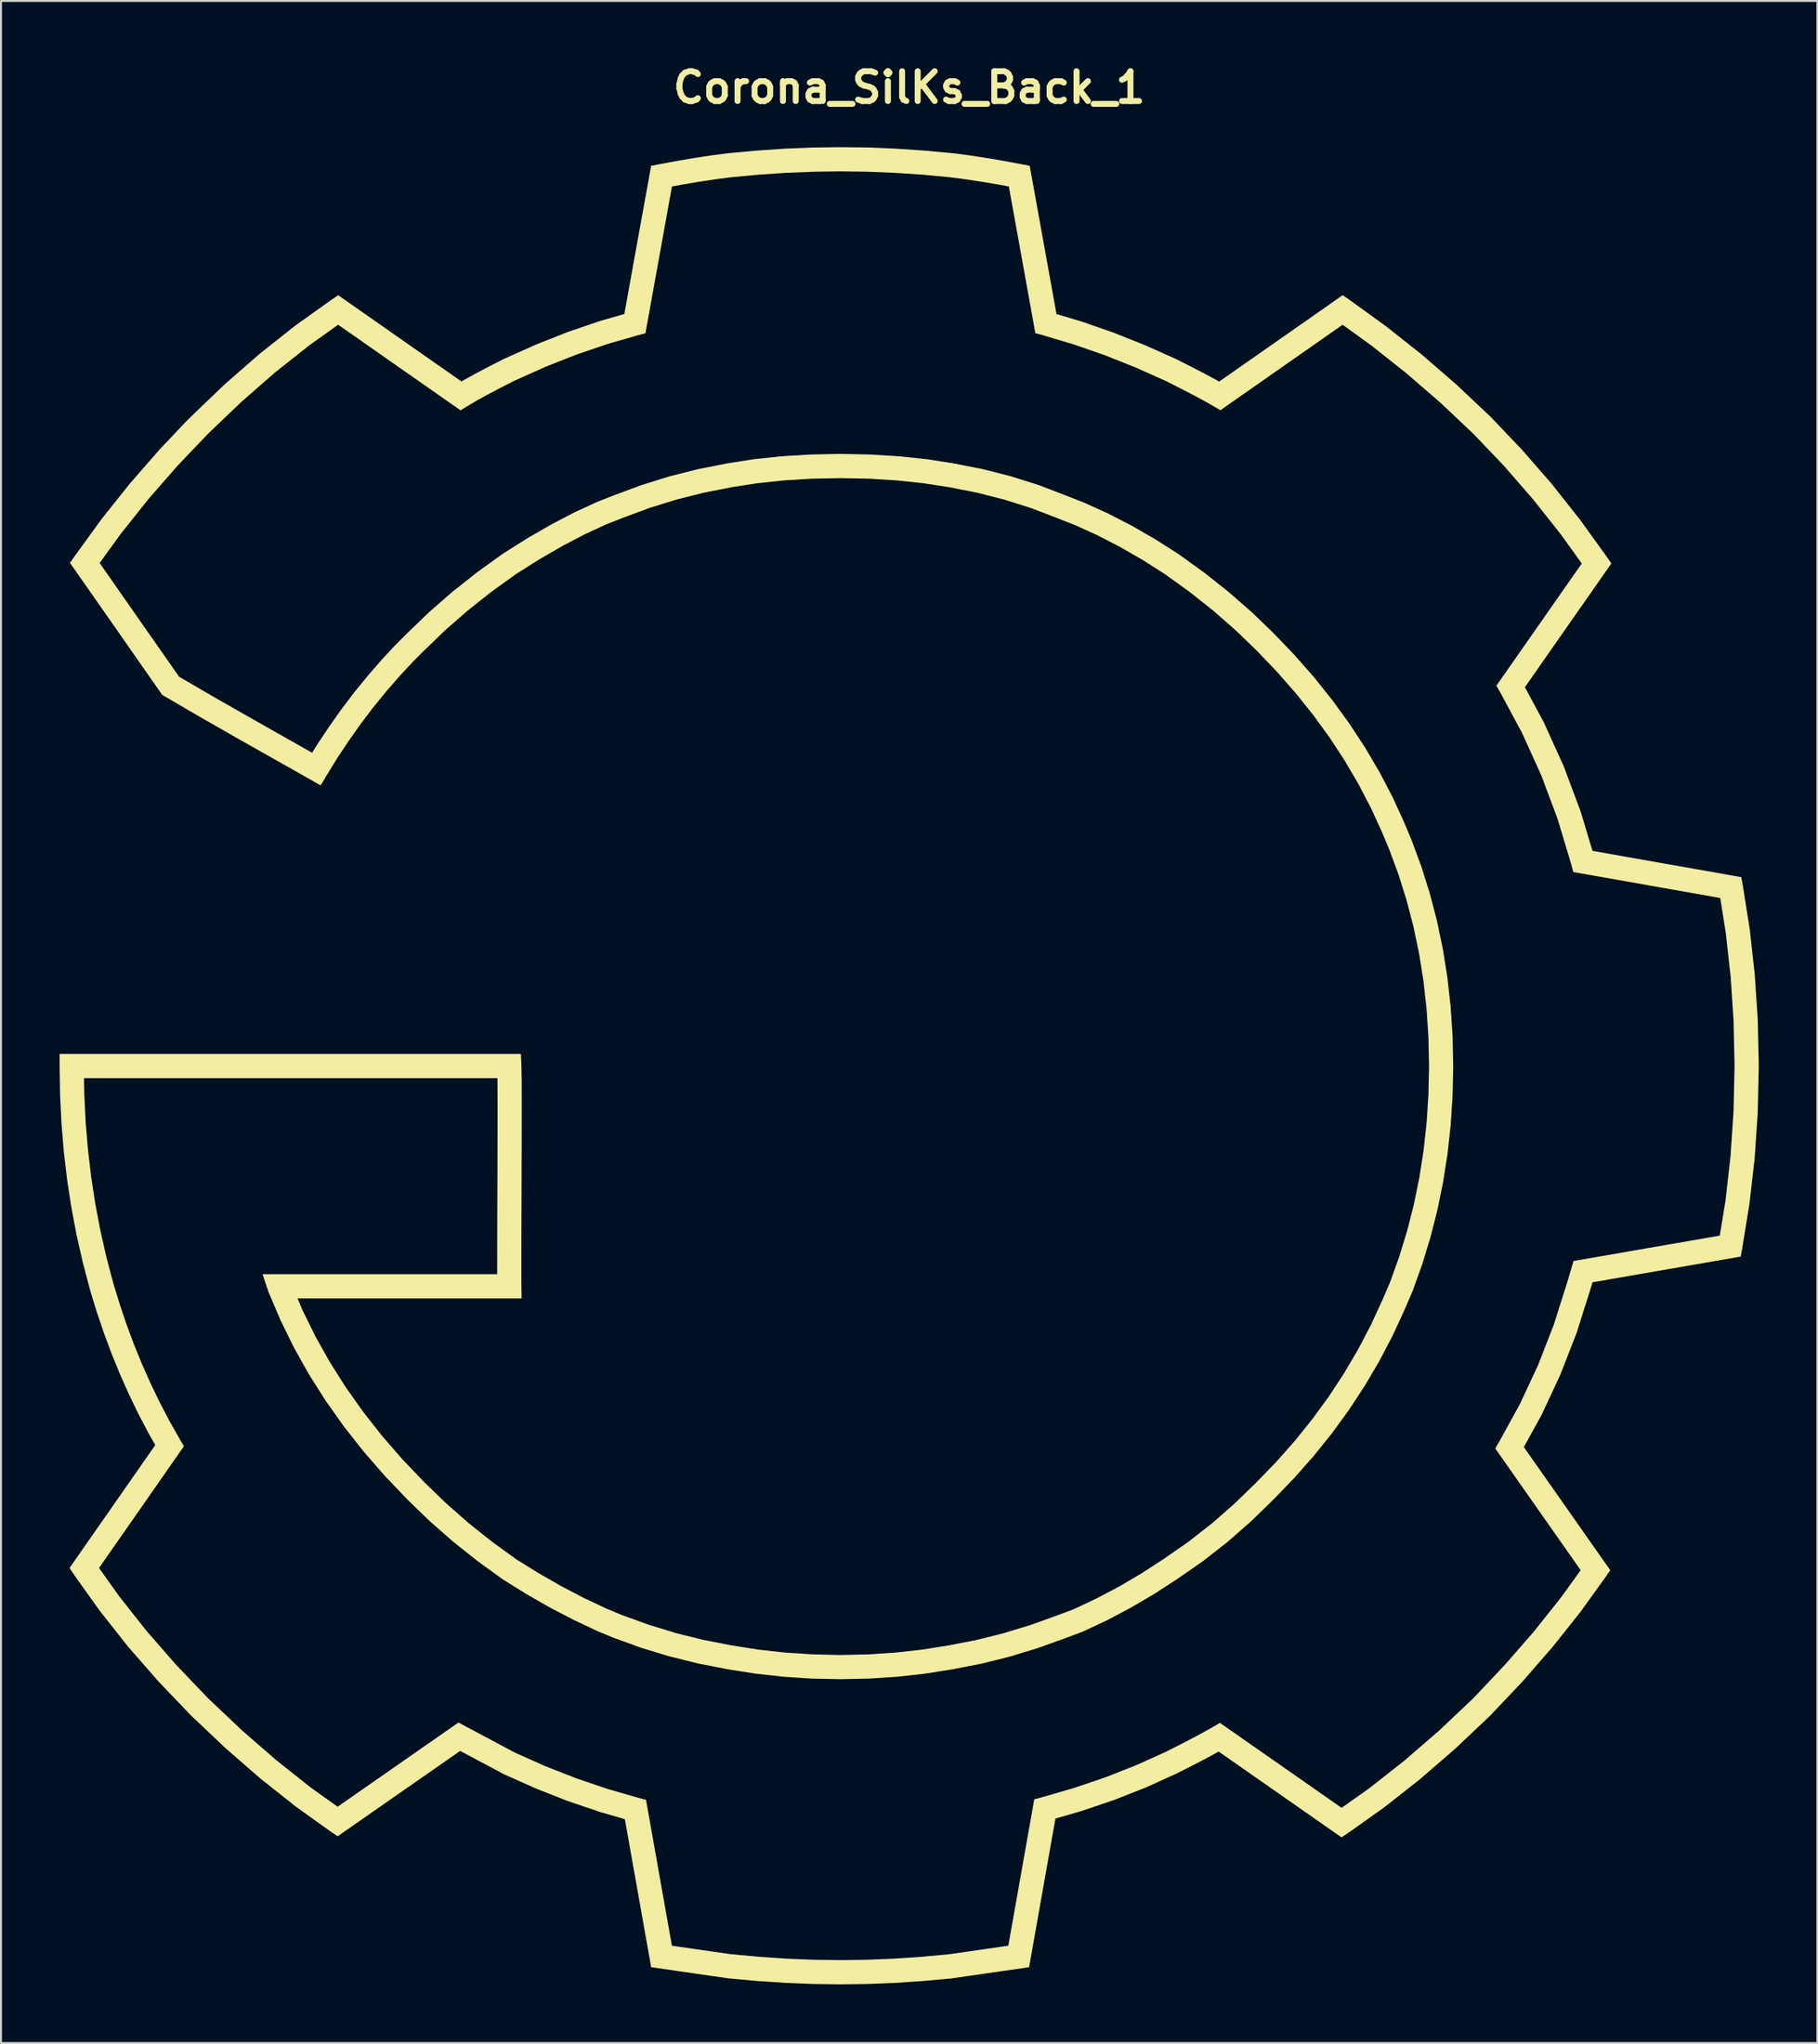
<source format=kicad_pcb>
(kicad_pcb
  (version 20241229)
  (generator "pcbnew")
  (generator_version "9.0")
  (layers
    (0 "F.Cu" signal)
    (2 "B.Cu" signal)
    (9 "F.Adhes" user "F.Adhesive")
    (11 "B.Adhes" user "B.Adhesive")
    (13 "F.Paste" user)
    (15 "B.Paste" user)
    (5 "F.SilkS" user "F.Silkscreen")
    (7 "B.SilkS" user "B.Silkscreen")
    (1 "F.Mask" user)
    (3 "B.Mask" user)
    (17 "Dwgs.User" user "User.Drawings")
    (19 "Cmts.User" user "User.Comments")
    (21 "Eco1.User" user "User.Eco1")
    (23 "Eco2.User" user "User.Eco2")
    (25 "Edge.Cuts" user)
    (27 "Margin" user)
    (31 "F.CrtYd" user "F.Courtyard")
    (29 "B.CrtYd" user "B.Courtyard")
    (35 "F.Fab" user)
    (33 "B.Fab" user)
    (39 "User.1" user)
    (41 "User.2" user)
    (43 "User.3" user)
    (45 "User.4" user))
  (footprint "Corona_SilKs_Back_1"
    (layer "F.Cu")
    (at 43.467 51.446)
    (property "Reference" "Corona_SilKs_Back_1" (at 0 -50.019 0) (layer "F.SilkS") (effects (font (size 1.524 1.524) (thickness 0.305))))
    (attr smd)
    (fp_poly (pts (xy -3.52 -46.971) (xy 5.099 -44.96) (xy 4.607 -45.052) (xy 3.732 -45.2) (xy 2.89 -45.327) (xy 2.08 -45.433) (xy 0.656 -45.566) (xy -0.758 -45.659) (xy -2.149 -45.716) (xy -3.52 -45.735) (xy -3.52 -45.735) (xy -4.889 -45.715) (xy -6.281 -45.659) (xy -7.693 -45.565) (xy -9.119 -45.432) (xy -9.93 -45.327) (xy -10.772 -45.2) (xy -11.647 -45.051) (xy -12.137 -44.959) (xy -12.402 -43.497) (xy -12.742 -41.612) (xy -13.084 -39.727) (xy -13.494 -37.454) (xy -13.877 -37.354) (xy -15.447 -36.903) (xy -17.025 -36.364) (xy -18.606 -35.741) (xy -20.193 -35.03) (xy -20.955 -34.643) (xy -21.617 -34.294) (xy -22.168 -33.987) (xy -22.607 -33.727) (xy -22.953 -33.512) (xy -24.859 -34.846) (xy -26.432 -35.944) (xy -28.002 -37.044) (xy -29.217 -37.891) (xy -30.668 -36.856) (xy -32.434 -35.461) (xy -34.168 -33.946) (xy -35.639 -32.542) (xy -35.844 -32.342) (xy -36.049 -32.133) (xy -37.432 -30.684) (xy -38.918 -28.983) (xy -40.33 -27.21) (xy -41.42 -25.708) (xy -40.574 -24.499) (xy -39.477 -22.926) (xy -38.377 -21.356) (xy -37.357 -19.895) (xy -35.635 -18.891) (xy -33.772 -17.829) (xy -31.897 -16.768) (xy -30.547 -16.004) (xy -30.307 -16.395) (xy -29.709 -17.295) (xy -29.074 -18.194) (xy -28.4 -19.086) (xy -28.398 -19.088) (xy -28.395 -19.092) (xy -27.676 -19.969) (xy -26.982 -20.768) (xy -26.314 -21.487) (xy -25.682 -22.118) (xy -25.67 -22.13) (xy -24.568 -23.19) (xy -23.385 -24.223) (xy -22.131 -25.215) (xy -20.809 -26.169) (xy -20.803 -26.173) (xy -20.797 -26.177) (xy -19.545 -26.966) (xy -18.33 -27.669) (xy -17.148 -28.286) (xy -16.002 -28.815) (xy -15.992 -28.819) (xy -15.754 -28.913) (xy -15.525 -29.003) (xy -15.295 -29.093) (xy -15.07 -29.182) (xy -15.066 -29.184) (xy -13.674 -29.7) (xy -12.246 -30.143) (xy -10.787 -30.511) (xy -9.305 -30.802) (xy -7.949 -31.015) (xy -6.533 -31.165) (xy -5.057 -31.255) (xy -3.519 -31.286) (xy -1.992 -31.255) (xy -0.519 -31.165) (xy 0.901 -31.015) (xy 2.266 -30.802) (xy 3.76 -30.509) (xy 5.225 -30.136) (xy 6.652 -29.683) (xy 8.039 -29.151) (xy 8.258 -29.065) (xy 8.486 -28.976) (xy 8.717 -28.886) (xy 8.953 -28.792) (xy 8.961 -28.788) (xy 10.17 -28.241) (xy 11.373 -27.622) (xy 12.57 -26.933) (xy 13.764 -26.175) (xy 13.768 -26.173) (xy 13.772 -26.169) (xy 15.094 -25.216) (xy 16.348 -24.224) (xy 17.531 -23.19) (xy 18.645 -22.116) (xy 19.72 -20.995) (xy 20.727 -19.849) (xy 21.666 -18.673) (xy 22.537 -17.472) (xy 23.341 -16.245) (xy 24.076 -14.993) (xy 24.742 -13.716) (xy 25.338 -12.413) (xy 25.338 -12.411) (xy 25.43 -12.194) (xy 25.52 -11.977) (xy 25.609 -11.763) (xy 25.703 -11.542) (xy 25.705 -11.536) (xy 26.204 -10.186) (xy 26.637 -8.809) (xy 27.003 -7.406) (xy 27.303 -5.975) (xy 27.535 -4.518) (xy 27.701 -3.034) (xy 27.801 -1.523) (xy 27.834 0.013) (xy 27.802 1.53) (xy 27.705 3.025) (xy 27.544 4.495) (xy 27.318 5.943) (xy 27.027 7.368) (xy 26.67 8.769) (xy 26.249 10.147) (xy 25.764 11.501) (xy 25.758 11.511) (xy 25.65 11.765) (xy 25.545 12.009) (xy 25.441 12.252) (xy 25.336 12.496) (xy 25.336 12.498) (xy 24.722 13.824) (xy 24.043 15.117) (xy 23.301 16.377) (xy 22.496 17.603) (xy 21.627 18.797) (xy 20.693 19.957) (xy 19.701 21.079) (xy 18.647 22.168) (xy 17.479 23.306) (xy 16.27 24.363) (xy 15.02 25.338) (xy 13.731 26.232) (xy 12.566 26.99) (xy 11.371 27.693) (xy 10.154 28.338) (xy 8.914 28.921) (xy 8.899 28.929) (xy 8.658 29.019) (xy 8.436 29.103) (xy 8.213 29.185) (xy 7.99 29.269) (xy 6.563 29.781) (xy 5.121 30.219) (xy 3.678 30.578) (xy 2.229 30.859) (xy 0.836 31.08) (xy -0.592 31.24) (xy -2.045 31.336) (xy -3.519 31.367) (xy -4.996 31.336) (xy -6.451 31.24) (xy -7.889 31.08) (xy -9.303 30.857) (xy -10.801 30.564) (xy -12.279 30.197) (xy -13.728 29.756) (xy -15.15 29.238) (xy -15.154 29.236) (xy -15.361 29.15) (xy -15.562 29.068) (xy -15.764 28.984) (xy -15.975 28.896) (xy -15.982 28.894) (xy -17.187 28.324) (xy -18.391 27.697) (xy -19.594 27.009) (xy -20.795 26.261) (xy -20.801 26.255) (xy -20.809 26.251) (xy -22.101 25.316) (xy -23.344 24.326) (xy -24.539 23.277) (xy -25.68 22.173) (xy -26.842 20.956) (xy -27.926 19.708) (xy -28.932 18.431) (xy -29.859 17.123) (xy -30.707 15.785) (xy -31.475 14.415) (xy -32.162 13.017) (xy -32.771 11.589) (xy -32.777 11.574) (xy -32.785 11.548) (xy -32.789 11.538) (xy -32.793 11.528) (xy -32.797 11.517) (xy -32.801 11.507) (xy -32.803 11.495) (xy -32.807 11.485) (xy -33.084 10.659) (xy -30.752 10.659) (xy -29.281 10.659) (xy -27.811 10.659) (xy -26.34 10.659) (xy -24.869 10.659) (xy -23.398 10.659) (xy -21.93 10.659) (xy -21.08 10.659) (xy -21.08 10.463) (xy -21.078 9.108) (xy -21.074 7.399) (xy -21.066 5.524) (xy -21.062 3.663) (xy -21.06 2.002) (xy -21.064 0.727) (xy -21.066 0.631) (xy -23.256 0.631) (xy -26.055 0.631) (xy -28.853 0.631) (xy -31.652 0.631) (xy -34.451 0.631) (xy -37.25 0.631) (xy -40.049 0.631) (xy -42.219 0.631) (xy -42.205 1.452) (xy -42.135 2.876) (xy -42.018 4.286) (xy -41.853 5.68) (xy -41.641 7.059) (xy -41.381 8.424) (xy -41.076 9.774) (xy -40.723 11.108) (xy -40.725 11.106) (xy -40.395 12.182) (xy -40.039 13.239) (xy -39.654 14.272) (xy -39.24 15.284) (xy -38.799 16.272) (xy -38.33 17.241) (xy -37.834 18.188) (xy -37.309 19.112) (xy -37.107 19.456) (xy -37.881 20.563) (xy -38.426 21.346) (xy -39.518 22.911) (xy -40.609 24.475) (xy -41.451 25.68) (xy -40.416 27.133) (xy -39.021 28.897) (xy -37.506 30.633) (xy -35.877 32.336) (xy -34.131 33.989) (xy -32.385 35.506) (xy -30.641 36.889) (xy -29.242 37.889) (xy -28.043 37.053) (xy -26.486 35.969) (xy -24.928 34.883) (xy -23.061 33.583) (xy -22.086 34.102) (xy -21.447 34.442) (xy -20.807 34.784) (xy -20.166 35.124) (xy -18.627 35.811) (xy -17.047 36.43) (xy -15.453 36.973) (xy -13.848 37.436) (xy -13.465 37.536) (xy -13.062 39.803) (xy -12.729 41.68) (xy -12.395 43.559) (xy -12.139 44.995) (xy -11.713 45.057) (xy -10.844 45.182) (xy -9.975 45.307) (xy -9.105 45.432) (xy -7.693 45.561) (xy -6.281 45.657) (xy -4.889 45.713) (xy -3.52 45.731) (xy -2.162 45.713) (xy -2.16 45.713) (xy -0.777 45.657) (xy 0.629 45.561) (xy 0.631 45.561) (xy 2.039 45.432) (xy 2.908 45.307) (xy 3.777 45.182) (xy 4.647 45.057) (xy 5.072 44.995) (xy 5.328 43.551) (xy 5.662 41.667) (xy 5.996 39.782) (xy 6.399 37.51) (xy 6.779 37.409) (xy 8.449 36.924) (xy 10.065 36.375) (xy 11.621 35.762) (xy 13.115 35.088) (xy 13.123 35.084) (xy 13.891 34.696) (xy 14.557 34.35) (xy 15.111 34.051) (xy 15.555 33.801) (xy 15.897 33.6) (xy 17.787 34.918) (xy 19.352 36.01) (xy 20.916 37.102) (xy 22.123 37.946) (xy 23.559 36.928) (xy 25.334 35.534) (xy 27.104 34.004) (xy 28.867 32.336) (xy 30.479 30.631) (xy 31.977 28.913) (xy 33.352 27.184) (xy 34.356 25.793) (xy 33.51 24.588) (xy 32.41 23.024) (xy 31.313 21.459) (xy 29.984 19.567) (xy 30.188 19.223) (xy 31.244 17.303) (xy 32.174 15.311) (xy 32.979 13.246) (xy 33.656 11.108) (xy 33.658 11.106) (xy 33.715 10.914) (xy 33.77 10.725) (xy 33.826 10.537) (xy 33.99 9.983) (xy 36.254 9.591) (xy 38.139 9.263) (xy 40.023 8.937) (xy 41.473 8.685) (xy 41.766 6.89) (xy 42.021 4.638) (xy 42.176 2.345) (xy 42.228 0.013) (xy 42.228 0.007) (xy 42.228 -0.001) (xy 42.228 -0.009) (xy 42.228 -0.015) (xy 42.178 -2.298) (xy 42.029 -4.558) (xy 41.779 -6.79) (xy 41.498 -8.577) (xy 40.041 -8.835) (xy 38.15 -9.169) (xy 36.26 -9.503) (xy 33.978 -9.905) (xy 33.877 -10.286) (xy 33.178 -12.612) (xy 32.338 -14.855) (xy 31.359 -17.013) (xy 30.242 -19.089) (xy 30.041 -19.431) (xy 31.367 -21.327) (xy 32.467 -22.899) (xy 33.564 -24.472) (xy 34.412 -25.683) (xy 33.33 -27.185) (xy 31.92 -28.964) (xy 30.432 -30.673) (xy 28.867 -32.312) (xy 28.865 -32.314) (xy 28.863 -32.316) (xy 27.18 -33.904) (xy 25.443 -35.405) (xy 23.66 -36.818) (xy 22.176 -37.89) (xy 20.965 -37.044) (xy 19.392 -35.945) (xy 17.822 -34.847) (xy 15.924 -33.521) (xy 15.582 -33.72) (xy 15.139 -33.972) (xy 14.584 -34.271) (xy 13.918 -34.616) (xy 13.142 -35.009) (xy 11.588 -35.704) (xy 10.012 -36.331) (xy 8.426 -36.882) (xy 6.832 -37.357) (xy 6.455 -37.46) (xy 6.045 -39.728) (xy 5.705 -41.612) (xy 5.363 -43.497) (xy 5.099 -44.96) (xy -3.52 -46.971) (xy -2.115 -46.954) (xy -0.69 -46.895) (xy 0.754 -46.797) (xy 2.219 -46.663) (xy 2.225 -46.663) (xy 2.228 -46.663) (xy 3.064 -46.553) (xy 3.928 -46.422) (xy 4.824 -46.27) (xy 5.75 -46.098) (xy 6.166 -46.018) (xy 6.582 -43.717) (xy 6.922 -41.833) (xy 7.264 -39.948) (xy 7.535 -38.438) (xy 8.807 -38.059) (xy 10.443 -37.491) (xy 12.07 -36.844) (xy 13.685 -36.122) (xy 13.691 -36.118) (xy 13.697 -36.116) (xy 14.482 -35.717) (xy 15.162 -35.364) (xy 15.736 -35.055) (xy 15.859 -34.985) (xy 17.111 -35.86) (xy 18.684 -36.959) (xy 20.256 -38.057) (xy 22.178 -39.403) (xy 22.533 -39.159) (xy 24.408 -37.803) (xy 26.234 -36.358) (xy 28.01 -34.821) (xy 29.736 -33.194) (xy 29.738 -33.192) (xy 29.74 -33.19) (xy 31.346 -31.506) (xy 32.873 -29.754) (xy 34.316 -27.93) (xy 35.682 -26.038) (xy 35.924 -25.684) (xy 34.58 -23.76) (xy 33.481 -22.19) (xy 32.383 -20.618) (xy 31.502 -19.358) (xy 32.469 -17.561) (xy 33.483 -15.327) (xy 34.352 -13.006) (xy 34.959 -10.989) (xy 36.475 -10.721) (xy 38.365 -10.387) (xy 40.258 -10.053) (xy 42.572 -9.645) (xy 42.65 -9.221) (xy 43.008 -6.955) (xy 43.262 -4.666) (xy 43.416 -2.352) (xy 43.467 -0.014) (xy 43.467 -0.008) (xy 43.467 -0.00007) (xy 43.467 0.008) (xy 43.467 0.014) (xy 43.414 2.401) (xy 43.256 4.75) (xy 42.99 7.061) (xy 42.621 9.334) (xy 42.543 9.758) (xy 40.234 10.157) (xy 38.35 10.485) (xy 36.465 10.811) (xy 34.959 11.073) (xy 34.957 11.079) (xy 34.902 11.268) (xy 34.846 11.455) (xy 34.147 13.661) (xy 33.313 15.799) (xy 32.348 17.866) (xy 31.447 19.498) (xy 32.326 20.748) (xy 33.424 22.313) (xy 34.523 23.879) (xy 35.869 25.793) (xy 35.625 26.149) (xy 34.338 27.934) (xy 32.928 29.705) (xy 31.397 31.467) (xy 29.742 33.213) (xy 29.74 33.217) (xy 29.736 33.221) (xy 27.934 34.924) (xy 26.121 36.491) (xy 24.301 37.922) (xy 22.471 39.219) (xy 22.119 39.454) (xy 20.207 38.12) (xy 18.643 37.028) (xy 17.078 35.936) (xy 15.832 35.067) (xy 15.709 35.137) (xy 15.135 35.448) (xy 14.455 35.799) (xy 13.668 36.198) (xy 13.664 36.2) (xy 13.66 36.202) (xy 12.104 36.905) (xy 10.49 37.54) (xy 8.822 38.106) (xy 7.482 38.495) (xy 7.215 40.001) (xy 6.881 41.885) (xy 6.547 43.77) (xy 6.135 46.094) (xy 4.822 46.284) (xy 3.953 46.409) (xy 3.084 46.534) (xy 2.203 46.661) (xy 2.191 46.663) (xy 0.729 46.798) (xy -0.711 46.895) (xy -2.127 46.952) (xy -3.52 46.971) (xy -4.924 46.952) (xy -6.348 46.895) (xy -7.793 46.798) (xy -9.258 46.663) (xy -9.27 46.661) (xy -10.15 46.534) (xy -11.02 46.409) (xy -11.889 46.284) (xy -13.201 46.094) (xy -13.613 43.778) (xy -13.947 41.899) (xy -14.281 40.022) (xy -14.547 38.524) (xy -15.824 38.155) (xy -17.473 37.596) (xy -19.105 36.954) (xy -20.723 36.231) (xy -20.736 36.225) (xy -21.389 35.877) (xy -22.029 35.538) (xy -22.668 35.196) (xy -22.975 35.034) (xy -24.221 35.903) (xy -25.779 36.987) (xy -27.336 38.071) (xy -29.242 39.399) (xy -29.594 39.161) (xy -31.387 37.879) (xy -33.176 36.461) (xy -34.963 34.909) (xy -36.746 33.221) (xy -36.748 33.219) (xy -36.75 33.217) (xy -38.42 31.471) (xy -39.973 29.692) (xy -41.406 27.879) (xy -42.723 26.034) (xy -42.959 25.68) (xy -41.625 23.768) (xy -40.533 22.204) (xy -39.441 20.639) (xy -38.895 19.856) (xy -38.572 19.395) (xy -38.92 18.784) (xy -39.436 17.801) (xy -39.922 16.797) (xy -40.379 15.77) (xy -40.807 14.723) (xy -41.205 13.655) (xy -41.574 12.563) (xy -41.914 11.452) (xy -41.914 11.45) (xy -41.914 11.448) (xy -42.277 10.071) (xy -42.594 8.678) (xy -42.861 7.27) (xy -43.08 5.848) (xy -43.25 4.41) (xy -43.371 2.959) (xy -43.443 1.494) (xy -43.467 0.014) (xy -43.467 -0.605) (xy -40.049 -0.605) (xy -37.25 -0.605) (xy -34.451 -0.605) (xy -31.652 -0.605) (xy -28.854 -0.605) (xy -26.055 -0.605) (xy -23.256 -0.605) (xy -19.867 -0.605) (xy -19.84 -0.015) (xy -19.826 0.721) (xy -19.822 2.002) (xy -19.824 3.666) (xy -19.83 5.53) (xy -19.836 7.407) (xy -19.842 9.112) (xy -19.844 10.463) (xy -19.84 11.27) (xy -19.83 11.899) (xy -21.93 11.899) (xy -23.399 11.899) (xy -24.869 11.899) (xy -26.34 11.899) (xy -27.811 11.899) (xy -29.282 11.899) (xy -30.752 11.899) (xy -31.295 11.899) (xy -31.037 12.502) (xy -30.379 13.84) (xy -29.643 15.151) (xy -28.83 16.434) (xy -27.94 17.692) (xy -26.973 18.92) (xy -25.928 20.123) (xy -24.805 21.299) (xy -24.803 21.301) (xy -24.801 21.301) (xy -23.699 22.368) (xy -22.551 23.377) (xy -21.352 24.332) (xy -20.121 25.223) (xy -20.119 25.223) (xy -20.108 25.233) (xy -18.959 25.946) (xy -17.797 26.612) (xy -16.637 27.217) (xy -15.477 27.764) (xy -15.291 27.84) (xy -15.09 27.924) (xy -14.889 28.006) (xy -14.695 28.087) (xy -14.693 28.087) (xy -14.686 28.091) (xy -13.336 28.581) (xy -11.949 29.005) (xy -10.533 29.358) (xy -9.09 29.639) (xy -9.086 29.639) (xy -9.082 29.639) (xy -7.723 29.854) (xy -6.344 30.007) (xy -4.942 30.098) (xy -3.52 30.13) (xy -2.098 30.1) (xy -0.701 30.007) (xy 0.67 29.854) (xy 2.015 29.639) (xy 2.019 29.639) (xy 2.025 29.637) (xy 3.41 29.37) (xy 4.793 29.026) (xy 6.172 28.608) (xy 7.551 28.114) (xy 7.553 28.112) (xy 7.779 28.028) (xy 8.002 27.944) (xy 8.225 27.86) (xy 8.412 27.792) (xy 8.42 27.788) (xy 9.6 27.231) (xy 10.768 26.614) (xy 11.916 25.938) (xy 13.043 25.204) (xy 13.049 25.2) (xy 13.055 25.196) (xy 14.285 24.342) (xy 15.48 23.409) (xy 16.639 22.397) (xy 17.762 21.305) (xy 17.766 21.301) (xy 17.77 21.297) (xy 18.79 20.244) (xy 19.748 19.16) (xy 20.644 18.045) (xy 21.479 16.899) (xy 22.25 15.723) (xy 22.961 14.516) (xy 23.611 13.278) (xy 24.199 12.008) (xy 24.201 12.006) (xy 24.303 11.766) (xy 24.408 11.522) (xy 24.512 11.277) (xy 24.607 11.055) (xy 25.074 9.757) (xy 25.479 8.436) (xy 25.82 7.092) (xy 26.1 5.725) (xy 26.317 4.332) (xy 26.473 2.916) (xy 26.566 1.477) (xy 26.598 0.014) (xy 26.565 -1.469) (xy 26.469 -2.924) (xy 26.309 -4.351) (xy 26.086 -5.75) (xy 25.798 -7.122) (xy 25.447 -8.467) (xy 25.035 -9.78) (xy 24.559 -11.066) (xy 24.555 -11.078) (xy 24.469 -11.283) (xy 24.379 -11.498) (xy 24.287 -11.715) (xy 24.199 -11.926) (xy 24.197 -11.93) (xy 23.628 -13.173) (xy 22.992 -14.393) (xy 22.289 -15.592) (xy 21.52 -16.768) (xy 20.682 -17.921) (xy 19.777 -19.051) (xy 18.805 -20.159) (xy 17.766 -21.244) (xy 17.766 -21.246) (xy 17.764 -21.246) (xy 16.693 -22.277) (xy 15.555 -23.272) (xy 14.348 -24.229) (xy 13.068 -25.148) (xy 11.93 -25.873) (xy 10.781 -26.533) (xy 9.631 -27.125) (xy 8.492 -27.643) (xy 8.486 -27.645) (xy 8.478 -27.649) (xy 8.264 -27.733) (xy 8.033 -27.823) (xy 7.805 -27.912) (xy 7.568 -28.006) (xy 7.562 -28.008) (xy 6.242 -28.514) (xy 4.885 -28.944) (xy 3.488 -29.301) (xy 2.053 -29.582) (xy 2.049 -29.582) (xy 2.045 -29.584) (xy 0.74 -29.785) (xy -0.621 -29.93) (xy -2.041 -30.018) (xy -3.52 -30.047) (xy -5.006 -30.018) (xy -6.43 -29.93) (xy -7.789 -29.785) (xy -9.082 -29.584) (xy -9.086 -29.582) (xy -9.09 -29.582) (xy -10.516 -29.301) (xy -11.912 -28.949) (xy -13.275 -28.528) (xy -14.609 -28.033) (xy -14.611 -28.031) (xy -14.842 -27.942) (xy -15.072 -27.85) (xy -15.301 -27.76) (xy -15.531 -27.67) (xy -16.602 -27.174) (xy -17.733 -26.584) (xy -18.904 -25.906) (xy -20.119 -25.141) (xy -21.385 -24.229) (xy -22.594 -23.27) (xy -23.733 -22.278) (xy -24.801 -21.246) (xy -24.809 -21.24) (xy -24.815 -21.234) (xy -25.422 -20.627) (xy -26.061 -19.939) (xy -26.731 -19.17) (xy -27.428 -18.318) (xy -27.424 -18.326) (xy -28.074 -17.463) (xy -28.688 -16.596) (xy -29.264 -15.729) (xy -29.799 -14.858) (xy -30.11 -14.336) (xy -30.637 -14.635) (xy -32.506 -15.69) (xy -34.383 -16.75) (xy -36.252 -17.818) (xy -38.102 -18.897) (xy -38.217 -18.963) (xy -39.393 -20.645) (xy -40.49 -22.217) (xy -41.59 -23.789) (xy -42.936 -25.713) (xy -42.69 -26.067) (xy -41.317 -27.959) (xy -39.867 -29.775) (xy -38.346 -31.52) (xy -37.76 -32.133) (xy -37.737 -32.161) (xy -36.985 -32.955) (xy -36.332 -33.59) (xy -35.004 -34.86) (xy -33.225 -36.412) (xy -31.412 -37.846) (xy -29.567 -39.162) (xy -29.213 -39.399) (xy -27.293 -38.057) (xy -25.723 -36.959) (xy -24.151 -35.86) (xy -22.904 -34.99) (xy -22.783 -35.063) (xy -22.205 -35.383) (xy -21.524 -35.742) (xy -20.735 -36.143) (xy -20.729 -36.145) (xy -20.723 -36.149) (xy -19.086 -36.881) (xy -17.451 -37.526) (xy -15.82 -38.082) (xy -14.574 -38.44) (xy -14.301 -39.948) (xy -13.961 -41.832) (xy -13.619 -43.717) (xy -13.203 -46.018) (xy -12.787 -46.098) (xy -11.861 -46.27) (xy -10.967 -46.422) (xy -10.102 -46.553) (xy -9.268 -46.662) (xy -9.262 -46.662) (xy -9.258 -46.662) (xy -7.793 -46.797) (xy -6.348 -46.895) (xy -4.924 -46.953) (xy -3.52 -46.971) (xy -3.52 -46.971)) (stroke (width 0) (type solid)) (fill yes) (layer "F.SilkS")))
  (gr_rect
    (start -3 -3)
    (end 89.934 101.417)
    (stroke (width 0.1) (type default))
    (fill no)
    (layer "Edge.Cuts")))
</source>
